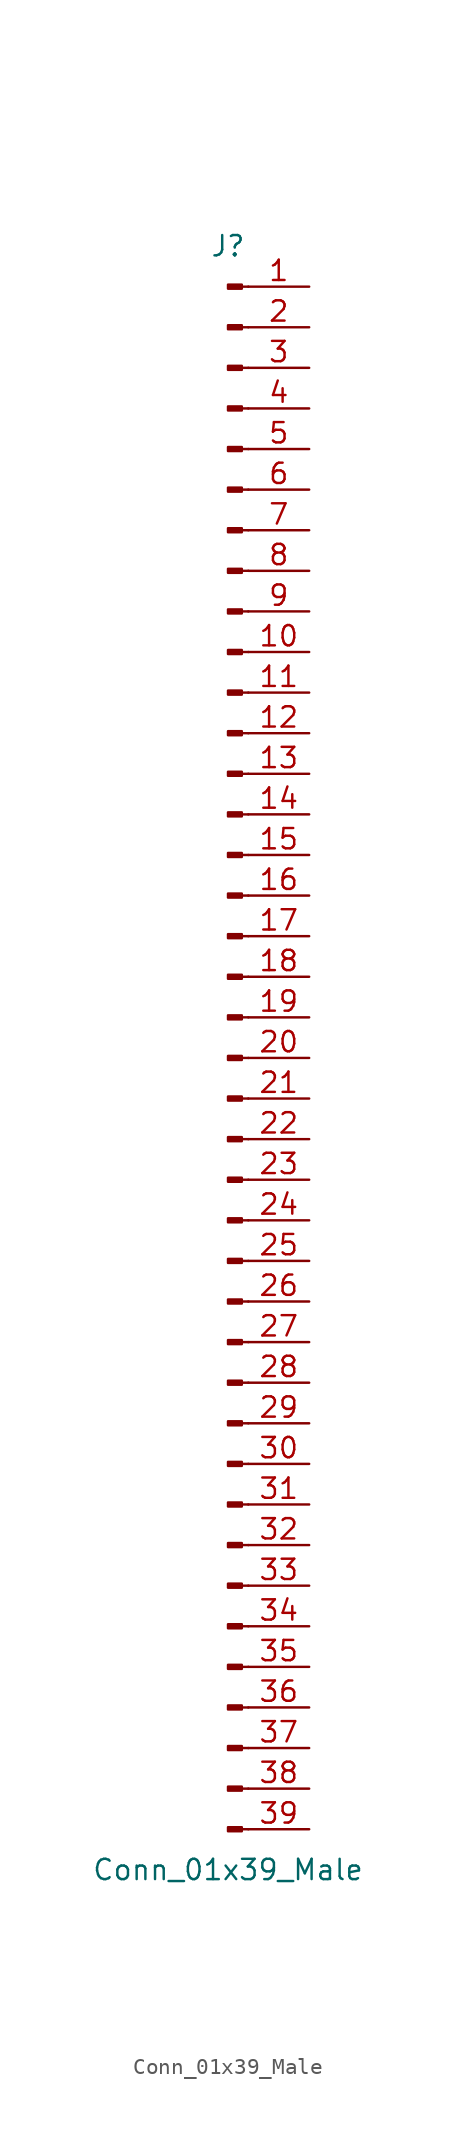
<source format=kicad_sym>
(kicad_symbol_lib
  (version 20220914)
  (generator kicad_symbol_editor)
  (symbol "Conn_01x39_Male"
    (pin_names
      (offset 1.016) hide)
    (property "Reference" "J"
      (at 0 50.8 0)
      (effects (font (size 1.27 1.27))))
    (property "Value" "Conn_01x39_Male"
      (at 0 -50.8 0)
      (effects (font (size 1.27 1.27))))
    (symbol "Conn_01x39_Male_1_1"
      (polyline (pts (xy 1.27 -48.26) (xy 0.864 -48.26)) (stroke (width 0.152) (type solid)) (fill (type none)))
      (polyline (pts (xy 1.27 -45.72) (xy 0.864 -45.72)) (stroke (width 0.152) (type solid)) (fill (type none)))
      (polyline (pts (xy 1.27 -43.18) (xy 0.864 -43.18)) (stroke (width 0.152) (type solid)) (fill (type none)))
      (polyline (pts (xy 1.27 -40.64) (xy 0.864 -40.64)) (stroke (width 0.152) (type solid)) (fill (type none)))
      (polyline (pts (xy 1.27 -38.1) (xy 0.864 -38.1)) (stroke (width 0.152) (type solid)) (fill (type none)))
      (polyline (pts (xy 1.27 -35.56) (xy 0.864 -35.56)) (stroke (width 0.152) (type solid)) (fill (type none)))
      (polyline (pts (xy 1.27 -33.02) (xy 0.864 -33.02)) (stroke (width 0.152) (type solid)) (fill (type none)))
      (polyline (pts (xy 1.27 -30.48) (xy 0.864 -30.48)) (stroke (width 0.152) (type solid)) (fill (type none)))
      (polyline (pts (xy 1.27 -27.94) (xy 0.864 -27.94)) (stroke (width 0.152) (type solid)) (fill (type none)))
      (polyline (pts (xy 1.27 -25.4) (xy 0.864 -25.4)) (stroke (width 0.152) (type solid)) (fill (type none)))
      (polyline (pts (xy 1.27 -22.86) (xy 0.864 -22.86)) (stroke (width 0.152) (type solid)) (fill (type none)))
      (polyline (pts (xy 1.27 -20.32) (xy 0.864 -20.32)) (stroke (width 0.152) (type solid)) (fill (type none)))
      (polyline (pts (xy 1.27 -17.78) (xy 0.864 -17.78)) (stroke (width 0.152) (type solid)) (fill (type none)))
      (polyline (pts (xy 1.27 -15.24) (xy 0.864 -15.24)) (stroke (width 0.152) (type solid)) (fill (type none)))
      (polyline (pts (xy 1.27 -12.7) (xy 0.864 -12.7)) (stroke (width 0.152) (type solid)) (fill (type none)))
      (polyline (pts (xy 1.27 -10.16) (xy 0.864 -10.16)) (stroke (width 0.152) (type solid)) (fill (type none)))
      (polyline (pts (xy 1.27 -7.62) (xy 0.864 -7.62)) (stroke (width 0.152) (type solid)) (fill (type none)))
      (polyline (pts (xy 1.27 -5.08) (xy 0.864 -5.08)) (stroke (width 0.152) (type solid)) (fill (type none)))
      (polyline (pts (xy 1.27 -2.54) (xy 0.864 -2.54)) (stroke (width 0.152) (type solid)) (fill (type none)))
      (polyline (pts (xy 1.27 0) (xy 0.864 0)) (stroke (width 0.152) (type solid)) (fill (type none)))
      (polyline (pts (xy 1.27 2.54) (xy 0.864 2.54)) (stroke (width 0.152) (type solid)) (fill (type none)))
      (polyline (pts (xy 1.27 5.08) (xy 0.864 5.08)) (stroke (width 0.152) (type solid)) (fill (type none)))
      (polyline (pts (xy 1.27 7.62) (xy 0.864 7.62)) (stroke (width 0.152) (type solid)) (fill (type none)))
      (polyline (pts (xy 1.27 10.16) (xy 0.864 10.16)) (stroke (width 0.152) (type solid)) (fill (type none)))
      (polyline (pts (xy 1.27 12.7) (xy 0.864 12.7)) (stroke (width 0.152) (type solid)) (fill (type none)))
      (polyline (pts (xy 1.27 15.24) (xy 0.864 15.24)) (stroke (width 0.152) (type solid)) (fill (type none)))
      (polyline (pts (xy 1.27 17.78) (xy 0.864 17.78)) (stroke (width 0.152) (type solid)) (fill (type none)))
      (polyline (pts (xy 1.27 20.32) (xy 0.864 20.32)) (stroke (width 0.152) (type solid)) (fill (type none)))
      (polyline (pts (xy 1.27 22.86) (xy 0.864 22.86)) (stroke (width 0.152) (type solid)) (fill (type none)))
      (polyline (pts (xy 1.27 25.4) (xy 0.864 25.4)) (stroke (width 0.152) (type solid)) (fill (type none)))
      (polyline (pts (xy 1.27 27.94) (xy 0.864 27.94)) (stroke (width 0.152) (type solid)) (fill (type none)))
      (polyline (pts (xy 1.27 30.48) (xy 0.864 30.48)) (stroke (width 0.152) (type solid)) (fill (type none)))
      (polyline (pts (xy 1.27 33.02) (xy 0.864 33.02)) (stroke (width 0.152) (type solid)) (fill (type none)))
      (polyline (pts (xy 1.27 35.56) (xy 0.864 35.56)) (stroke (width 0.152) (type solid)) (fill (type none)))
      (polyline (pts (xy 1.27 38.1) (xy 0.864 38.1)) (stroke (width 0.152) (type solid)) (fill (type none)))
      (polyline (pts (xy 1.27 40.64) (xy 0.864 40.64)) (stroke (width 0.152) (type solid)) (fill (type none)))
      (polyline (pts (xy 1.27 43.18) (xy 0.864 43.18)) (stroke (width 0.152) (type solid)) (fill (type none)))
      (polyline (pts (xy 1.27 45.72) (xy 0.864 45.72)) (stroke (width 0.152) (type solid)) (fill (type none)))
      (polyline (pts (xy 1.27 48.26) (xy 0.864 48.26)) (stroke (width 0.152) (type solid)) (fill (type none)))
      (rectangle (start 0.864 -48.133) (end 0 -48.387) (stroke (width 0.152) (type solid)) (fill (type outline)))
      (rectangle (start 0.864 -45.593) (end 0 -45.847) (stroke (width 0.152) (type solid)) (fill (type outline)))
      (rectangle (start 0.864 -43.053) (end 0 -43.307) (stroke (width 0.152) (type solid)) (fill (type outline)))
      (rectangle (start 0.864 -40.513) (end 0 -40.767) (stroke (width 0.152) (type solid)) (fill (type outline)))
      (rectangle (start 0.864 -37.973) (end 0 -38.227) (stroke (width 0.152) (type solid)) (fill (type outline)))
      (rectangle (start 0.864 -35.433) (end 0 -35.687) (stroke (width 0.152) (type solid)) (fill (type outline)))
      (rectangle (start 0.864 -32.893) (end 0 -33.147) (stroke (width 0.152) (type solid)) (fill (type outline)))
      (rectangle (start 0.864 -30.353) (end 0 -30.607) (stroke (width 0.152) (type solid)) (fill (type outline)))
      (rectangle (start 0.864 -27.813) (end 0 -28.067) (stroke (width 0.152) (type solid)) (fill (type outline)))
      (rectangle (start 0.864 -25.273) (end 0 -25.527) (stroke (width 0.152) (type solid)) (fill (type outline)))
      (rectangle (start 0.864 -22.733) (end 0 -22.987) (stroke (width 0.152) (type solid)) (fill (type outline)))
      (rectangle (start 0.864 -20.193) (end 0 -20.447) (stroke (width 0.152) (type solid)) (fill (type outline)))
      (rectangle (start 0.864 -17.653) (end 0 -17.907) (stroke (width 0.152) (type solid)) (fill (type outline)))
      (rectangle (start 0.864 -15.113) (end 0 -15.367) (stroke (width 0.152) (type solid)) (fill (type outline)))
      (rectangle (start 0.864 -12.573) (end 0 -12.827) (stroke (width 0.152) (type solid)) (fill (type outline)))
      (rectangle (start 0.864 -10.033) (end 0 -10.287) (stroke (width 0.152) (type solid)) (fill (type outline)))
      (rectangle (start 0.864 -7.493) (end 0 -7.747) (stroke (width 0.152) (type solid)) (fill (type outline)))
      (rectangle (start 0.864 -4.953) (end 0 -5.207) (stroke (width 0.152) (type solid)) (fill (type outline)))
      (rectangle (start 0.864 -2.413) (end 0 -2.667) (stroke (width 0.152) (type solid)) (fill (type outline)))
      (rectangle (start 0.864 0.127) (end 0 -0.127) (stroke (width 0.152) (type solid)) (fill (type outline)))
      (rectangle (start 0.864 2.667) (end 0 2.413) (stroke (width 0.152) (type solid)) (fill (type outline)))
      (rectangle (start 0.864 5.207) (end 0 4.953) (stroke (width 0.152) (type solid)) (fill (type outline)))
      (rectangle (start 0.864 7.747) (end 0 7.493) (stroke (width 0.152) (type solid)) (fill (type outline)))
      (rectangle (start 0.864 10.287) (end 0 10.033) (stroke (width 0.152) (type solid)) (fill (type outline)))
      (rectangle (start 0.864 12.827) (end 0 12.573) (stroke (width 0.152) (type solid)) (fill (type outline)))
      (rectangle (start 0.864 15.367) (end 0 15.113) (stroke (width 0.152) (type solid)) (fill (type outline)))
      (rectangle (start 0.864 17.907) (end 0 17.653) (stroke (width 0.152) (type solid)) (fill (type outline)))
      (rectangle (start 0.864 20.447) (end 0 20.193) (stroke (width 0.152) (type solid)) (fill (type outline)))
      (rectangle (start 0.864 22.987) (end 0 22.733) (stroke (width 0.152) (type solid)) (fill (type outline)))
      (rectangle (start 0.864 25.527) (end 0 25.273) (stroke (width 0.152) (type solid)) (fill (type outline)))
      (rectangle (start 0.864 28.067) (end 0 27.813) (stroke (width 0.152) (type solid)) (fill (type outline)))
      (rectangle (start 0.864 30.607) (end 0 30.353) (stroke (width 0.152) (type solid)) (fill (type outline)))
      (rectangle (start 0.864 33.147) (end 0 32.893) (stroke (width 0.152) (type solid)) (fill (type outline)))
      (rectangle (start 0.864 35.687) (end 0 35.433) (stroke (width 0.152) (type solid)) (fill (type outline)))
      (rectangle (start 0.864 38.227) (end 0 37.973) (stroke (width 0.152) (type solid)) (fill (type outline)))
      (rectangle (start 0.864 40.767) (end 0 40.513) (stroke (width 0.152) (type solid)) (fill (type outline)))
      (rectangle (start 0.864 43.307) (end 0 43.053) (stroke (width 0.152) (type solid)) (fill (type outline)))
      (rectangle (start 0.864 45.847) (end 0 45.593) (stroke (width 0.152) (type solid)) (fill (type outline)))
      (rectangle (start 0.864 48.387) (end 0 48.133) (stroke (width 0.152) (type solid)) (fill (type outline)))
      (pin passive line (at 5.08 48.26 180) (length 3.81) (name "Pin_1" (effects (font (size 1.27 1.27)))) (number "1" (effects (font (size 1.27 1.27)))))
      (pin passive line (at 5.08 25.4 180) (length 3.81) (name "Pin_10" (effects (font (size 1.27 1.27)))) (number "10" (effects (font (size 1.27 1.27)))))
      (pin passive line (at 5.08 22.86 180) (length 3.81) (name "Pin_11" (effects (font (size 1.27 1.27)))) (number "11" (effects (font (size 1.27 1.27)))))
      (pin passive line (at 5.08 20.32 180) (length 3.81) (name "Pin_12" (effects (font (size 1.27 1.27)))) (number "12" (effects (font (size 1.27 1.27)))))
      (pin passive line (at 5.08 17.78 180) (length 3.81) (name "Pin_13" (effects (font (size 1.27 1.27)))) (number "13" (effects (font (size 1.27 1.27)))))
      (pin passive line (at 5.08 15.24 180) (length 3.81) (name "Pin_14" (effects (font (size 1.27 1.27)))) (number "14" (effects (font (size 1.27 1.27)))))
      (pin passive line (at 5.08 12.7 180) (length 3.81) (name "Pin_15" (effects (font (size 1.27 1.27)))) (number "15" (effects (font (size 1.27 1.27)))))
      (pin passive line (at 5.08 10.16 180) (length 3.81) (name "Pin_16" (effects (font (size 1.27 1.27)))) (number "16" (effects (font (size 1.27 1.27)))))
      (pin passive line (at 5.08 7.62 180) (length 3.81) (name "Pin_17" (effects (font (size 1.27 1.27)))) (number "17" (effects (font (size 1.27 1.27)))))
      (pin passive line (at 5.08 5.08 180) (length 3.81) (name "Pin_18" (effects (font (size 1.27 1.27)))) (number "18" (effects (font (size 1.27 1.27)))))
      (pin passive line (at 5.08 2.54 180) (length 3.81) (name "Pin_19" (effects (font (size 1.27 1.27)))) (number "19" (effects (font (size 1.27 1.27)))))
      (pin passive line (at 5.08 45.72 180) (length 3.81) (name "Pin_2" (effects (font (size 1.27 1.27)))) (number "2" (effects (font (size 1.27 1.27)))))
      (pin passive line (at 5.08 0 180) (length 3.81) (name "Pin_20" (effects (font (size 1.27 1.27)))) (number "20" (effects (font (size 1.27 1.27)))))
      (pin passive line (at 5.08 -2.54 180) (length 3.81) (name "Pin_21" (effects (font (size 1.27 1.27)))) (number "21" (effects (font (size 1.27 1.27)))))
      (pin passive line (at 5.08 -5.08 180) (length 3.81) (name "Pin_22" (effects (font (size 1.27 1.27)))) (number "22" (effects (font (size 1.27 1.27)))))
      (pin passive line (at 5.08 -7.62 180) (length 3.81) (name "Pin_23" (effects (font (size 1.27 1.27)))) (number "23" (effects (font (size 1.27 1.27)))))
      (pin passive line (at 5.08 -10.16 180) (length 3.81) (name "Pin_24" (effects (font (size 1.27 1.27)))) (number "24" (effects (font (size 1.27 1.27)))))
      (pin passive line (at 5.08 -12.7 180) (length 3.81) (name "Pin_25" (effects (font (size 1.27 1.27)))) (number "25" (effects (font (size 1.27 1.27)))))
      (pin passive line (at 5.08 -15.24 180) (length 3.81) (name "Pin_26" (effects (font (size 1.27 1.27)))) (number "26" (effects (font (size 1.27 1.27)))))
      (pin passive line (at 5.08 -17.78 180) (length 3.81) (name "Pin_27" (effects (font (size 1.27 1.27)))) (number "27" (effects (font (size 1.27 1.27)))))
      (pin passive line (at 5.08 -20.32 180) (length 3.81) (name "Pin_28" (effects (font (size 1.27 1.27)))) (number "28" (effects (font (size 1.27 1.27)))))
      (pin passive line (at 5.08 -22.86 180) (length 3.81) (name "Pin_29" (effects (font (size 1.27 1.27)))) (number "29" (effects (font (size 1.27 1.27)))))
      (pin passive line (at 5.08 43.18 180) (length 3.81) (name "Pin_3" (effects (font (size 1.27 1.27)))) (number "3" (effects (font (size 1.27 1.27)))))
      (pin passive line (at 5.08 -25.4 180) (length 3.81) (name "Pin_30" (effects (font (size 1.27 1.27)))) (number "30" (effects (font (size 1.27 1.27)))))
      (pin passive line (at 5.08 -27.94 180) (length 3.81) (name "Pin_31" (effects (font (size 1.27 1.27)))) (number "31" (effects (font (size 1.27 1.27)))))
      (pin passive line (at 5.08 -30.48 180) (length 3.81) (name "Pin_32" (effects (font (size 1.27 1.27)))) (number "32" (effects (font (size 1.27 1.27)))))
      (pin passive line (at 5.08 -33.02 180) (length 3.81) (name "Pin_33" (effects (font (size 1.27 1.27)))) (number "33" (effects (font (size 1.27 1.27)))))
      (pin passive line (at 5.08 -35.56 180) (length 3.81) (name "Pin_34" (effects (font (size 1.27 1.27)))) (number "34" (effects (font (size 1.27 1.27)))))
      (pin passive line (at 5.08 -38.1 180) (length 3.81) (name "Pin_35" (effects (font (size 1.27 1.27)))) (number "35" (effects (font (size 1.27 1.27)))))
      (pin passive line (at 5.08 -40.64 180) (length 3.81) (name "Pin_36" (effects (font (size 1.27 1.27)))) (number "36" (effects (font (size 1.27 1.27)))))
      (pin passive line (at 5.08 -43.18 180) (length 3.81) (name "Pin_37" (effects (font (size 1.27 1.27)))) (number "37" (effects (font (size 1.27 1.27)))))
      (pin passive line (at 5.08 -45.72 180) (length 3.81) (name "Pin_38" (effects (font (size 1.27 1.27)))) (number "38" (effects (font (size 1.27 1.27)))))
      (pin passive line (at 5.08 -48.26 180) (length 3.81) (name "Pin_39" (effects (font (size 1.27 1.27)))) (number "39" (effects (font (size 1.27 1.27)))))
      (pin passive line (at 5.08 40.64 180) (length 3.81) (name "Pin_4" (effects (font (size 1.27 1.27)))) (number "4" (effects (font (size 1.27 1.27)))))
      (pin passive line (at 5.08 38.1 180) (length 3.81) (name "Pin_5" (effects (font (size 1.27 1.27)))) (number "5" (effects (font (size 1.27 1.27)))))
      (pin passive line (at 5.08 35.56 180) (length 3.81) (name "Pin_6" (effects (font (size 1.27 1.27)))) (number "6" (effects (font (size 1.27 1.27)))))
      (pin passive line (at 5.08 33.02 180) (length 3.81) (name "Pin_7" (effects (font (size 1.27 1.27)))) (number "7" (effects (font (size 1.27 1.27)))))
      (pin passive line (at 5.08 30.48 180) (length 3.81) (name "Pin_8" (effects (font (size 1.27 1.27)))) (number "8" (effects (font (size 1.27 1.27)))))
      (pin passive line (at 5.08 27.94 180) (length 3.81) (name "Pin_9" (effects (font (size 1.27 1.27)))) (number "9" (effects (font (size 1.27 1.27))))))))
</source>
